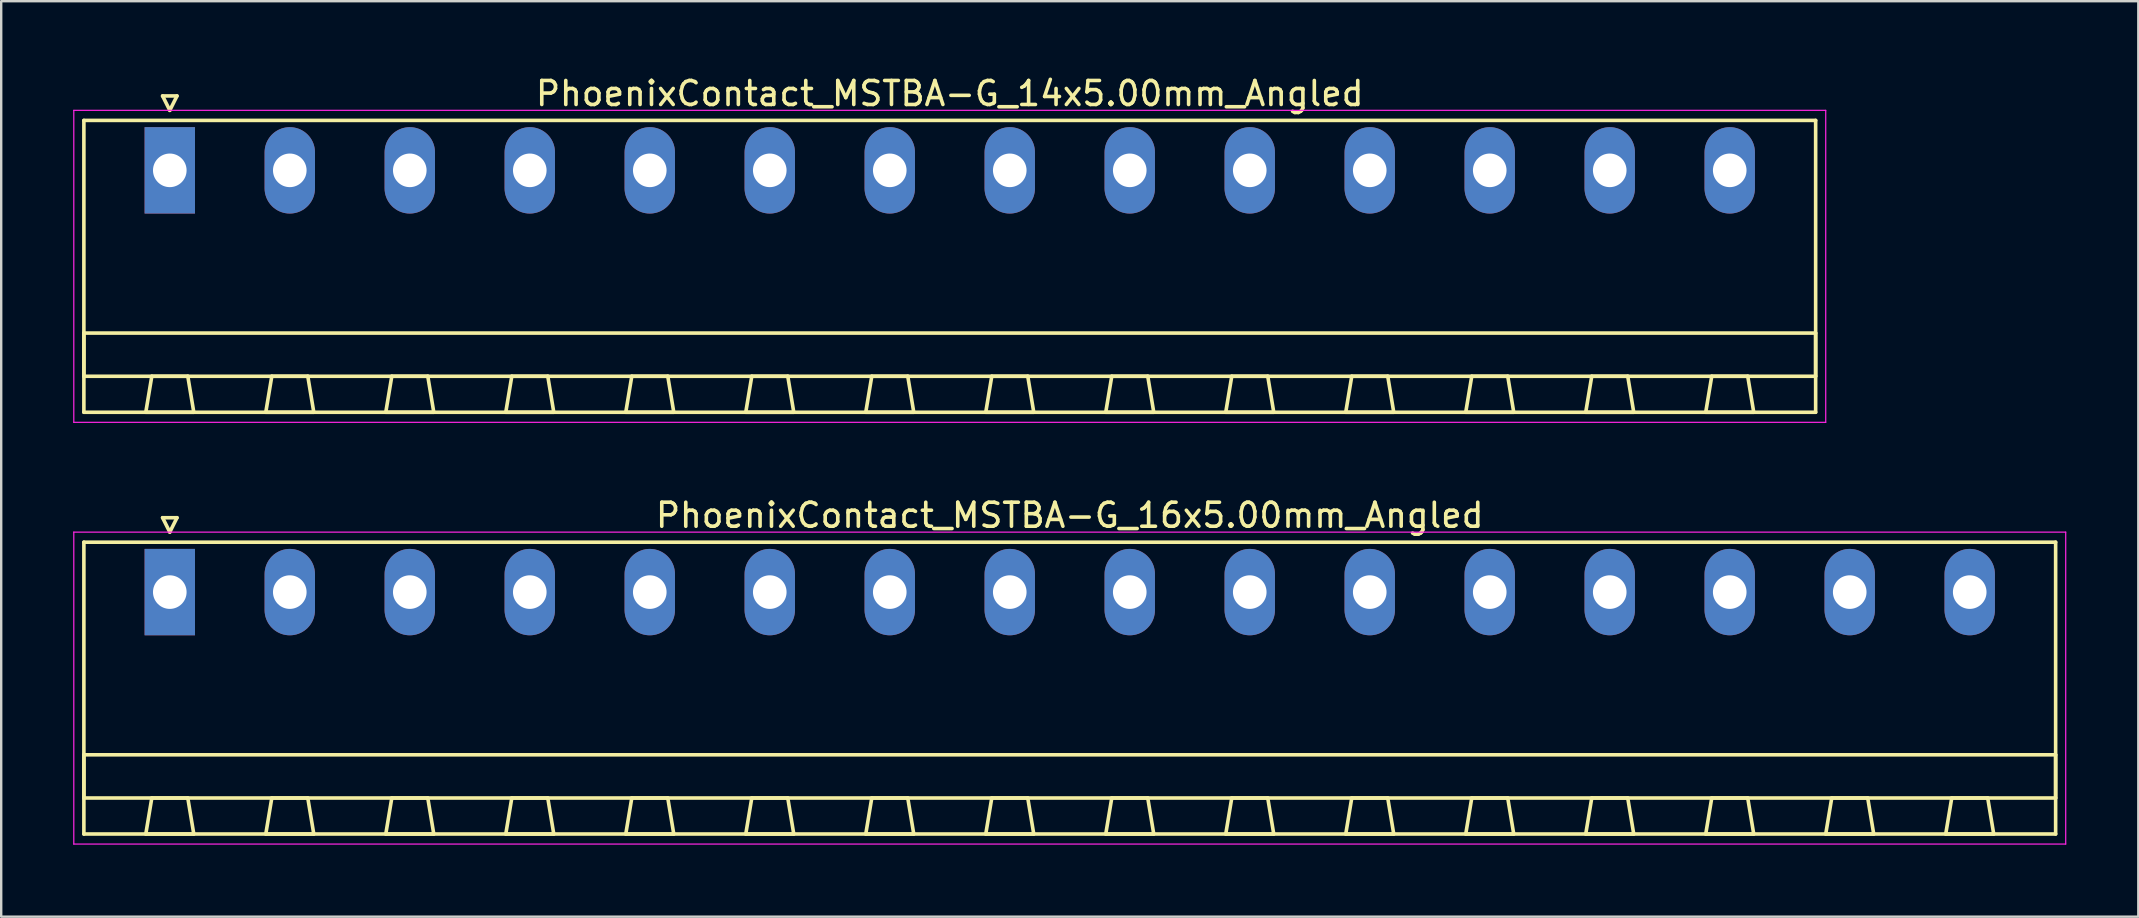
<source format=kicad_pcb>
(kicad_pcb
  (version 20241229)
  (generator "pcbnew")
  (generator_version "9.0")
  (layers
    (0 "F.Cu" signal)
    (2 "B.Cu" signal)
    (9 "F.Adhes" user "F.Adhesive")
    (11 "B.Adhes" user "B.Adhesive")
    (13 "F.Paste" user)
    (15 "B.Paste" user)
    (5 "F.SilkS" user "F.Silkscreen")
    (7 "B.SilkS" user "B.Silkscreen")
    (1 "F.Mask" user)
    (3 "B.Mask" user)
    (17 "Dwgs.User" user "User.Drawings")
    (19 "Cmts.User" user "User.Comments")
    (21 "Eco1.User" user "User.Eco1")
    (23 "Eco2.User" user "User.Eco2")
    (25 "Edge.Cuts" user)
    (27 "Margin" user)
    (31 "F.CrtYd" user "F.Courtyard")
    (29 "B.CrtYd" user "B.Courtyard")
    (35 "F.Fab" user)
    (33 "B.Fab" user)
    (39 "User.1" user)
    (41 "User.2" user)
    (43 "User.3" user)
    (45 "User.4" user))
  (footprint "PhoenixContact_MSTBA-G_16x5.00mm_Angled"
    (layer "F.Cu")
    (at 4.025 21.622)
    (property "Reference" "PhoenixContact_MSTBA-G_16x5.00mm_Angled" (at 37.5 -3.2 0) (layer "F.SilkS") (effects (font (size 1 1) (thickness 0.15))))
    (attr through_hole)
    (fp_line (start -3.58 -2.08) (end -3.58 10.08) (stroke (width 0.15) (type solid)) (layer "F.SilkS"))
    (fp_line (start -3.58 6.78) (end 78.58 6.78) (stroke (width 0.15) (type solid)) (layer "F.SilkS"))
    (fp_line (start -3.58 8.58) (end -3.58 6.78) (stroke (width 0.15) (type solid)) (layer "F.SilkS"))
    (fp_line (start -3.58 10.08) (end 78.58 10.08) (stroke (width 0.15) (type solid)) (layer "F.SilkS"))
    (fp_line (start -1 10.08) (end 1 10.08) (stroke (width 0.15) (type solid)) (layer "F.SilkS"))
    (fp_line (start -0.75 8.58) (end -1 10.08) (stroke (width 0.15) (type solid)) (layer "F.SilkS"))
    (fp_line (start -0.3 -3.1) (end 0 -2.5) (stroke (width 0.15) (type solid)) (layer "F.SilkS"))
    (fp_line (start 0 -2.5) (end 0.3 -3.1) (stroke (width 0.15) (type solid)) (layer "F.SilkS"))
    (fp_line (start 0.3 -3.1) (end -0.3 -3.1) (stroke (width 0.15) (type solid)) (layer "F.SilkS"))
    (fp_line (start 0.75 8.58) (end -0.75 8.58) (stroke (width 0.15) (type solid)) (layer "F.SilkS"))
    (fp_line (start 1 10.08) (end 0.75 8.58) (stroke (width 0.15) (type solid)) (layer "F.SilkS"))
    (fp_line (start 4 10.08) (end 6 10.08) (stroke (width 0.15) (type solid)) (layer "F.SilkS"))
    (fp_line (start 4.25 8.58) (end 4 10.08) (stroke (width 0.15) (type solid)) (layer "F.SilkS"))
    (fp_line (start 5.75 8.58) (end 4.25 8.58) (stroke (width 0.15) (type solid)) (layer "F.SilkS"))
    (fp_line (start 6 10.08) (end 5.75 8.58) (stroke (width 0.15) (type solid)) (layer "F.SilkS"))
    (fp_line (start 9 10.08) (end 11 10.08) (stroke (width 0.15) (type solid)) (layer "F.SilkS"))
    (fp_line (start 9.25 8.58) (end 9 10.08) (stroke (width 0.15) (type solid)) (layer "F.SilkS"))
    (fp_line (start 10.75 8.58) (end 9.25 8.58) (stroke (width 0.15) (type solid)) (layer "F.SilkS"))
    (fp_line (start 11 10.08) (end 10.75 8.58) (stroke (width 0.15) (type solid)) (layer "F.SilkS"))
    (fp_line (start 14 10.08) (end 16 10.08) (stroke (width 0.15) (type solid)) (layer "F.SilkS"))
    (fp_line (start 14.25 8.58) (end 14 10.08) (stroke (width 0.15) (type solid)) (layer "F.SilkS"))
    (fp_line (start 15.75 8.58) (end 14.25 8.58) (stroke (width 0.15) (type solid)) (layer "F.SilkS"))
    (fp_line (start 16 10.08) (end 15.75 8.58) (stroke (width 0.15) (type solid)) (layer "F.SilkS"))
    (fp_line (start 19 10.08) (end 21 10.08) (stroke (width 0.15) (type solid)) (layer "F.SilkS"))
    (fp_line (start 19.25 8.58) (end 19 10.08) (stroke (width 0.15) (type solid)) (layer "F.SilkS"))
    (fp_line (start 20.75 8.58) (end 19.25 8.58) (stroke (width 0.15) (type solid)) (layer "F.SilkS"))
    (fp_line (start 21 10.08) (end 20.75 8.58) (stroke (width 0.15) (type solid)) (layer "F.SilkS"))
    (fp_line (start 24 10.08) (end 26 10.08) (stroke (width 0.15) (type solid)) (layer "F.SilkS"))
    (fp_line (start 24.25 8.58) (end 24 10.08) (stroke (width 0.15) (type solid)) (layer "F.SilkS"))
    (fp_line (start 25.75 8.58) (end 24.25 8.58) (stroke (width 0.15) (type solid)) (layer "F.SilkS"))
    (fp_line (start 26 10.08) (end 25.75 8.58) (stroke (width 0.15) (type solid)) (layer "F.SilkS"))
    (fp_line (start 29 10.08) (end 31 10.08) (stroke (width 0.15) (type solid)) (layer "F.SilkS"))
    (fp_line (start 29.25 8.58) (end 29 10.08) (stroke (width 0.15) (type solid)) (layer "F.SilkS"))
    (fp_line (start 30.75 8.58) (end 29.25 8.58) (stroke (width 0.15) (type solid)) (layer "F.SilkS"))
    (fp_line (start 31 10.08) (end 30.75 8.58) (stroke (width 0.15) (type solid)) (layer "F.SilkS"))
    (fp_line (start 34 10.08) (end 36 10.08) (stroke (width 0.15) (type solid)) (layer "F.SilkS"))
    (fp_line (start 34.25 8.58) (end 34 10.08) (stroke (width 0.15) (type solid)) (layer "F.SilkS"))
    (fp_line (start 35.75 8.58) (end 34.25 8.58) (stroke (width 0.15) (type solid)) (layer "F.SilkS"))
    (fp_line (start 36 10.08) (end 35.75 8.58) (stroke (width 0.15) (type solid)) (layer "F.SilkS"))
    (fp_line (start 39 10.08) (end 41 10.08) (stroke (width 0.15) (type solid)) (layer "F.SilkS"))
    (fp_line (start 39.25 8.58) (end 39 10.08) (stroke (width 0.15) (type solid)) (layer "F.SilkS"))
    (fp_line (start 40.75 8.58) (end 39.25 8.58) (stroke (width 0.15) (type solid)) (layer "F.SilkS"))
    (fp_line (start 41 10.08) (end 40.75 8.58) (stroke (width 0.15) (type solid)) (layer "F.SilkS"))
    (fp_line (start 44 10.08) (end 46 10.08) (stroke (width 0.15) (type solid)) (layer "F.SilkS"))
    (fp_line (start 44.25 8.58) (end 44 10.08) (stroke (width 0.15) (type solid)) (layer "F.SilkS"))
    (fp_line (start 45.75 8.58) (end 44.25 8.58) (stroke (width 0.15) (type solid)) (layer "F.SilkS"))
    (fp_line (start 46 10.08) (end 45.75 8.58) (stroke (width 0.15) (type solid)) (layer "F.SilkS"))
    (fp_line (start 49 10.08) (end 51 10.08) (stroke (width 0.15) (type solid)) (layer "F.SilkS"))
    (fp_line (start 49.25 8.58) (end 49 10.08) (stroke (width 0.15) (type solid)) (layer "F.SilkS"))
    (fp_line (start 50.75 8.58) (end 49.25 8.58) (stroke (width 0.15) (type solid)) (layer "F.SilkS"))
    (fp_line (start 51 10.08) (end 50.75 8.58) (stroke (width 0.15) (type solid)) (layer "F.SilkS"))
    (fp_line (start 54 10.08) (end 56 10.08) (stroke (width 0.15) (type solid)) (layer "F.SilkS"))
    (fp_line (start 54.25 8.58) (end 54 10.08) (stroke (width 0.15) (type solid)) (layer "F.SilkS"))
    (fp_line (start 55.75 8.58) (end 54.25 8.58) (stroke (width 0.15) (type solid)) (layer "F.SilkS"))
    (fp_line (start 56 10.08) (end 55.75 8.58) (stroke (width 0.15) (type solid)) (layer "F.SilkS"))
    (fp_line (start 59 10.08) (end 61 10.08) (stroke (width 0.15) (type solid)) (layer "F.SilkS"))
    (fp_line (start 59.25 8.58) (end 59 10.08) (stroke (width 0.15) (type solid)) (layer "F.SilkS"))
    (fp_line (start 60.75 8.58) (end 59.25 8.58) (stroke (width 0.15) (type solid)) (layer "F.SilkS"))
    (fp_line (start 61 10.08) (end 60.75 8.58) (stroke (width 0.15) (type solid)) (layer "F.SilkS"))
    (fp_line (start 64 10.08) (end 66 10.08) (stroke (width 0.15) (type solid)) (layer "F.SilkS"))
    (fp_line (start 64.25 8.58) (end 64 10.08) (stroke (width 0.15) (type solid)) (layer "F.SilkS"))
    (fp_line (start 65.75 8.58) (end 64.25 8.58) (stroke (width 0.15) (type solid)) (layer "F.SilkS"))
    (fp_line (start 66 10.08) (end 65.75 8.58) (stroke (width 0.15) (type solid)) (layer "F.SilkS"))
    (fp_line (start 69 10.08) (end 71 10.08) (stroke (width 0.15) (type solid)) (layer "F.SilkS"))
    (fp_line (start 69.25 8.58) (end 69 10.08) (stroke (width 0.15) (type solid)) (layer "F.SilkS"))
    (fp_line (start 70.75 8.58) (end 69.25 8.58) (stroke (width 0.15) (type solid)) (layer "F.SilkS"))
    (fp_line (start 71 10.08) (end 70.75 8.58) (stroke (width 0.15) (type solid)) (layer "F.SilkS"))
    (fp_line (start 74 10.08) (end 76 10.08) (stroke (width 0.15) (type solid)) (layer "F.SilkS"))
    (fp_line (start 74.25 8.58) (end 74 10.08) (stroke (width 0.15) (type solid)) (layer "F.SilkS"))
    (fp_line (start 75.75 8.58) (end 74.25 8.58) (stroke (width 0.15) (type solid)) (layer "F.SilkS"))
    (fp_line (start 76 10.08) (end 75.75 8.58) (stroke (width 0.15) (type solid)) (layer "F.SilkS"))
    (fp_line (start 78.58 -2.08) (end -3.58 -2.08) (stroke (width 0.15) (type solid)) (layer "F.SilkS"))
    (fp_line (start 78.58 6.78) (end 78.58 8.58) (stroke (width 0.15) (type solid)) (layer "F.SilkS"))
    (fp_line (start 78.58 8.58) (end -3.58 8.58) (stroke (width 0.15) (type solid)) (layer "F.SilkS"))
    (fp_line (start 78.58 10.08) (end 78.58 -2.08) (stroke (width 0.15) (type solid)) (layer "F.SilkS"))
    (fp_line (start -4 -2.5) (end -4 10.5) (stroke (width 0.05) (type solid)) (layer "F.CrtYd"))
    (fp_line (start -4 10.5) (end 79 10.5) (stroke (width 0.05) (type solid)) (layer "F.CrtYd"))
    (fp_line (start 79 -2.5) (end -4 -2.5) (stroke (width 0.05) (type solid)) (layer "F.CrtYd"))
    (fp_line (start 79 10.5) (end 79 -2.5) (stroke (width 0.05) (type solid)) (layer "F.CrtYd"))
    (pad "1" thru_hole rect (at 0 0) (size 2.1 3.6) (drill 1.4) (layers "*.Cu" "*.Mask"))
    (pad "2" thru_hole oval (at 5 0) (size 2.1 3.6) (drill 1.4) (layers "*.Cu" "*.Mask"))
    (pad "3" thru_hole oval (at 10 0) (size 2.1 3.6) (drill 1.4) (layers "*.Cu" "*.Mask"))
    (pad "4" thru_hole oval (at 15 0) (size 2.1 3.6) (drill 1.4) (layers "*.Cu" "*.Mask"))
    (pad "5" thru_hole oval (at 20 0) (size 2.1 3.6) (drill 1.4) (layers "*.Cu" "*.Mask"))
    (pad "6" thru_hole oval (at 25 0) (size 2.1 3.6) (drill 1.4) (layers "*.Cu" "*.Mask"))
    (pad "7" thru_hole oval (at 30 0) (size 2.1 3.6) (drill 1.4) (layers "*.Cu" "*.Mask"))
    (pad "8" thru_hole oval (at 35 0) (size 2.1 3.6) (drill 1.4) (layers "*.Cu" "*.Mask"))
    (pad "9" thru_hole oval (at 40 0) (size 2.1 3.6) (drill 1.4) (layers "*.Cu" "*.Mask"))
    (pad "10" thru_hole oval (at 45 0) (size 2.1 3.6) (drill 1.4) (layers "*.Cu" "*.Mask"))
    (pad "11" thru_hole oval (at 50 0) (size 2.1 3.6) (drill 1.4) (layers "*.Cu" "*.Mask"))
    (pad "12" thru_hole oval (at 55 0) (size 2.1 3.6) (drill 1.4) (layers "*.Cu" "*.Mask"))
    (pad "13" thru_hole oval (at 60 0) (size 2.1 3.6) (drill 1.4) (layers "*.Cu" "*.Mask"))
    (pad "14" thru_hole oval (at 65 0) (size 2.1 3.6) (drill 1.4) (layers "*.Cu" "*.Mask"))
    (pad "15" thru_hole oval (at 70 0) (size 2.1 3.6) (drill 1.4) (layers "*.Cu" "*.Mask"))
    (pad "16" thru_hole oval (at 75 0) (size 2.1 3.6) (drill 1.4) (layers "*.Cu" "*.Mask")))
  (footprint "PhoenixContact_MSTBA-G_14x5.00mm_Angled"
    (layer "F.Cu")
    (at 4.025 4.048)
    (property "Reference" "PhoenixContact_MSTBA-G_14x5.00mm_Angled" (at 32.5 -3.2 0) (layer "F.SilkS") (effects (font (size 1 1) (thickness 0.15))))
    (attr through_hole)
    (fp_line (start -3.58 -2.08) (end -3.58 10.08) (stroke (width 0.15) (type solid)) (layer "F.SilkS"))
    (fp_line (start -3.58 6.78) (end 68.58 6.78) (stroke (width 0.15) (type solid)) (layer "F.SilkS"))
    (fp_line (start -3.58 8.58) (end -3.58 6.78) (stroke (width 0.15) (type solid)) (layer "F.SilkS"))
    (fp_line (start -3.58 10.08) (end 68.58 10.08) (stroke (width 0.15) (type solid)) (layer "F.SilkS"))
    (fp_line (start -1 10.08) (end 1 10.08) (stroke (width 0.15) (type solid)) (layer "F.SilkS"))
    (fp_line (start -0.75 8.58) (end -1 10.08) (stroke (width 0.15) (type solid)) (layer "F.SilkS"))
    (fp_line (start -0.3 -3.1) (end 0 -2.5) (stroke (width 0.15) (type solid)) (layer "F.SilkS"))
    (fp_line (start 0 -2.5) (end 0.3 -3.1) (stroke (width 0.15) (type solid)) (layer "F.SilkS"))
    (fp_line (start 0.3 -3.1) (end -0.3 -3.1) (stroke (width 0.15) (type solid)) (layer "F.SilkS"))
    (fp_line (start 0.75 8.58) (end -0.75 8.58) (stroke (width 0.15) (type solid)) (layer "F.SilkS"))
    (fp_line (start 1 10.08) (end 0.75 8.58) (stroke (width 0.15) (type solid)) (layer "F.SilkS"))
    (fp_line (start 4 10.08) (end 6 10.08) (stroke (width 0.15) (type solid)) (layer "F.SilkS"))
    (fp_line (start 4.25 8.58) (end 4 10.08) (stroke (width 0.15) (type solid)) (layer "F.SilkS"))
    (fp_line (start 5.75 8.58) (end 4.25 8.58) (stroke (width 0.15) (type solid)) (layer "F.SilkS"))
    (fp_line (start 6 10.08) (end 5.75 8.58) (stroke (width 0.15) (type solid)) (layer "F.SilkS"))
    (fp_line (start 9 10.08) (end 11 10.08) (stroke (width 0.15) (type solid)) (layer "F.SilkS"))
    (fp_line (start 9.25 8.58) (end 9 10.08) (stroke (width 0.15) (type solid)) (layer "F.SilkS"))
    (fp_line (start 10.75 8.58) (end 9.25 8.58) (stroke (width 0.15) (type solid)) (layer "F.SilkS"))
    (fp_line (start 11 10.08) (end 10.75 8.58) (stroke (width 0.15) (type solid)) (layer "F.SilkS"))
    (fp_line (start 14 10.08) (end 16 10.08) (stroke (width 0.15) (type solid)) (layer "F.SilkS"))
    (fp_line (start 14.25 8.58) (end 14 10.08) (stroke (width 0.15) (type solid)) (layer "F.SilkS"))
    (fp_line (start 15.75 8.58) (end 14.25 8.58) (stroke (width 0.15) (type solid)) (layer "F.SilkS"))
    (fp_line (start 16 10.08) (end 15.75 8.58) (stroke (width 0.15) (type solid)) (layer "F.SilkS"))
    (fp_line (start 19 10.08) (end 21 10.08) (stroke (width 0.15) (type solid)) (layer "F.SilkS"))
    (fp_line (start 19.25 8.58) (end 19 10.08) (stroke (width 0.15) (type solid)) (layer "F.SilkS"))
    (fp_line (start 20.75 8.58) (end 19.25 8.58) (stroke (width 0.15) (type solid)) (layer "F.SilkS"))
    (fp_line (start 21 10.08) (end 20.75 8.58) (stroke (width 0.15) (type solid)) (layer "F.SilkS"))
    (fp_line (start 24 10.08) (end 26 10.08) (stroke (width 0.15) (type solid)) (layer "F.SilkS"))
    (fp_line (start 24.25 8.58) (end 24 10.08) (stroke (width 0.15) (type solid)) (layer "F.SilkS"))
    (fp_line (start 25.75 8.58) (end 24.25 8.58) (stroke (width 0.15) (type solid)) (layer "F.SilkS"))
    (fp_line (start 26 10.08) (end 25.75 8.58) (stroke (width 0.15) (type solid)) (layer "F.SilkS"))
    (fp_line (start 29 10.08) (end 31 10.08) (stroke (width 0.15) (type solid)) (layer "F.SilkS"))
    (fp_line (start 29.25 8.58) (end 29 10.08) (stroke (width 0.15) (type solid)) (layer "F.SilkS"))
    (fp_line (start 30.75 8.58) (end 29.25 8.58) (stroke (width 0.15) (type solid)) (layer "F.SilkS"))
    (fp_line (start 31 10.08) (end 30.75 8.58) (stroke (width 0.15) (type solid)) (layer "F.SilkS"))
    (fp_line (start 34 10.08) (end 36 10.08) (stroke (width 0.15) (type solid)) (layer "F.SilkS"))
    (fp_line (start 34.25 8.58) (end 34 10.08) (stroke (width 0.15) (type solid)) (layer "F.SilkS"))
    (fp_line (start 35.75 8.58) (end 34.25 8.58) (stroke (width 0.15) (type solid)) (layer "F.SilkS"))
    (fp_line (start 36 10.08) (end 35.75 8.58) (stroke (width 0.15) (type solid)) (layer "F.SilkS"))
    (fp_line (start 39 10.08) (end 41 10.08) (stroke (width 0.15) (type solid)) (layer "F.SilkS"))
    (fp_line (start 39.25 8.58) (end 39 10.08) (stroke (width 0.15) (type solid)) (layer "F.SilkS"))
    (fp_line (start 40.75 8.58) (end 39.25 8.58) (stroke (width 0.15) (type solid)) (layer "F.SilkS"))
    (fp_line (start 41 10.08) (end 40.75 8.58) (stroke (width 0.15) (type solid)) (layer "F.SilkS"))
    (fp_line (start 44 10.08) (end 46 10.08) (stroke (width 0.15) (type solid)) (layer "F.SilkS"))
    (fp_line (start 44.25 8.58) (end 44 10.08) (stroke (width 0.15) (type solid)) (layer "F.SilkS"))
    (fp_line (start 45.75 8.58) (end 44.25 8.58) (stroke (width 0.15) (type solid)) (layer "F.SilkS"))
    (fp_line (start 46 10.08) (end 45.75 8.58) (stroke (width 0.15) (type solid)) (layer "F.SilkS"))
    (fp_line (start 49 10.08) (end 51 10.08) (stroke (width 0.15) (type solid)) (layer "F.SilkS"))
    (fp_line (start 49.25 8.58) (end 49 10.08) (stroke (width 0.15) (type solid)) (layer "F.SilkS"))
    (fp_line (start 50.75 8.58) (end 49.25 8.58) (stroke (width 0.15) (type solid)) (layer "F.SilkS"))
    (fp_line (start 51 10.08) (end 50.75 8.58) (stroke (width 0.15) (type solid)) (layer "F.SilkS"))
    (fp_line (start 54 10.08) (end 56 10.08) (stroke (width 0.15) (type solid)) (layer "F.SilkS"))
    (fp_line (start 54.25 8.58) (end 54 10.08) (stroke (width 0.15) (type solid)) (layer "F.SilkS"))
    (fp_line (start 55.75 8.58) (end 54.25 8.58) (stroke (width 0.15) (type solid)) (layer "F.SilkS"))
    (fp_line (start 56 10.08) (end 55.75 8.58) (stroke (width 0.15) (type solid)) (layer "F.SilkS"))
    (fp_line (start 59 10.08) (end 61 10.08) (stroke (width 0.15) (type solid)) (layer "F.SilkS"))
    (fp_line (start 59.25 8.58) (end 59 10.08) (stroke (width 0.15) (type solid)) (layer "F.SilkS"))
    (fp_line (start 60.75 8.58) (end 59.25 8.58) (stroke (width 0.15) (type solid)) (layer "F.SilkS"))
    (fp_line (start 61 10.08) (end 60.75 8.58) (stroke (width 0.15) (type solid)) (layer "F.SilkS"))
    (fp_line (start 64 10.08) (end 66 10.08) (stroke (width 0.15) (type solid)) (layer "F.SilkS"))
    (fp_line (start 64.25 8.58) (end 64 10.08) (stroke (width 0.15) (type solid)) (layer "F.SilkS"))
    (fp_line (start 65.75 8.58) (end 64.25 8.58) (stroke (width 0.15) (type solid)) (layer "F.SilkS"))
    (fp_line (start 66 10.08) (end 65.75 8.58) (stroke (width 0.15) (type solid)) (layer "F.SilkS"))
    (fp_line (start 68.58 -2.08) (end -3.58 -2.08) (stroke (width 0.15) (type solid)) (layer "F.SilkS"))
    (fp_line (start 68.58 6.78) (end 68.58 8.58) (stroke (width 0.15) (type solid)) (layer "F.SilkS"))
    (fp_line (start 68.58 8.58) (end -3.58 8.58) (stroke (width 0.15) (type solid)) (layer "F.SilkS"))
    (fp_line (start 68.58 10.08) (end 68.58 -2.08) (stroke (width 0.15) (type solid)) (layer "F.SilkS"))
    (fp_line (start -4 -2.5) (end -4 10.5) (stroke (width 0.05) (type solid)) (layer "F.CrtYd"))
    (fp_line (start -4 10.5) (end 69 10.5) (stroke (width 0.05) (type solid)) (layer "F.CrtYd"))
    (fp_line (start 69 -2.5) (end -4 -2.5) (stroke (width 0.05) (type solid)) (layer "F.CrtYd"))
    (fp_line (start 69 10.5) (end 69 -2.5) (stroke (width 0.05) (type solid)) (layer "F.CrtYd"))
    (pad "1" thru_hole rect (at 0 0) (size 2.1 3.6) (drill 1.4) (layers "*.Cu" "*.Mask"))
    (pad "2" thru_hole oval (at 5 0) (size 2.1 3.6) (drill 1.4) (layers "*.Cu" "*.Mask"))
    (pad "3" thru_hole oval (at 10 0) (size 2.1 3.6) (drill 1.4) (layers "*.Cu" "*.Mask"))
    (pad "4" thru_hole oval (at 15 0) (size 2.1 3.6) (drill 1.4) (layers "*.Cu" "*.Mask"))
    (pad "5" thru_hole oval (at 20 0) (size 2.1 3.6) (drill 1.4) (layers "*.Cu" "*.Mask"))
    (pad "6" thru_hole oval (at 25 0) (size 2.1 3.6) (drill 1.4) (layers "*.Cu" "*.Mask"))
    (pad "7" thru_hole oval (at 30 0) (size 2.1 3.6) (drill 1.4) (layers "*.Cu" "*.Mask"))
    (pad "8" thru_hole oval (at 35 0) (size 2.1 3.6) (drill 1.4) (layers "*.Cu" "*.Mask"))
    (pad "9" thru_hole oval (at 40 0) (size 2.1 3.6) (drill 1.4) (layers "*.Cu" "*.Mask"))
    (pad "10" thru_hole oval (at 45 0) (size 2.1 3.6) (drill 1.4) (layers "*.Cu" "*.Mask"))
    (pad "11" thru_hole oval (at 50 0) (size 2.1 3.6) (drill 1.4) (layers "*.Cu" "*.Mask"))
    (pad "12" thru_hole oval (at 55 0) (size 2.1 3.6) (drill 1.4) (layers "*.Cu" "*.Mask"))
    (pad "13" thru_hole oval (at 60 0) (size 2.1 3.6) (drill 1.4) (layers "*.Cu" "*.Mask"))
    (pad "14" thru_hole oval (at 65 0) (size 2.1 3.6) (drill 1.4) (layers "*.Cu" "*.Mask")))
  (gr_rect
    (start -3 -3)
    (end 86.05 35.147)
    (stroke (width 0.1) (type default))
    (fill no)
    (layer "Edge.Cuts")))
</source>
